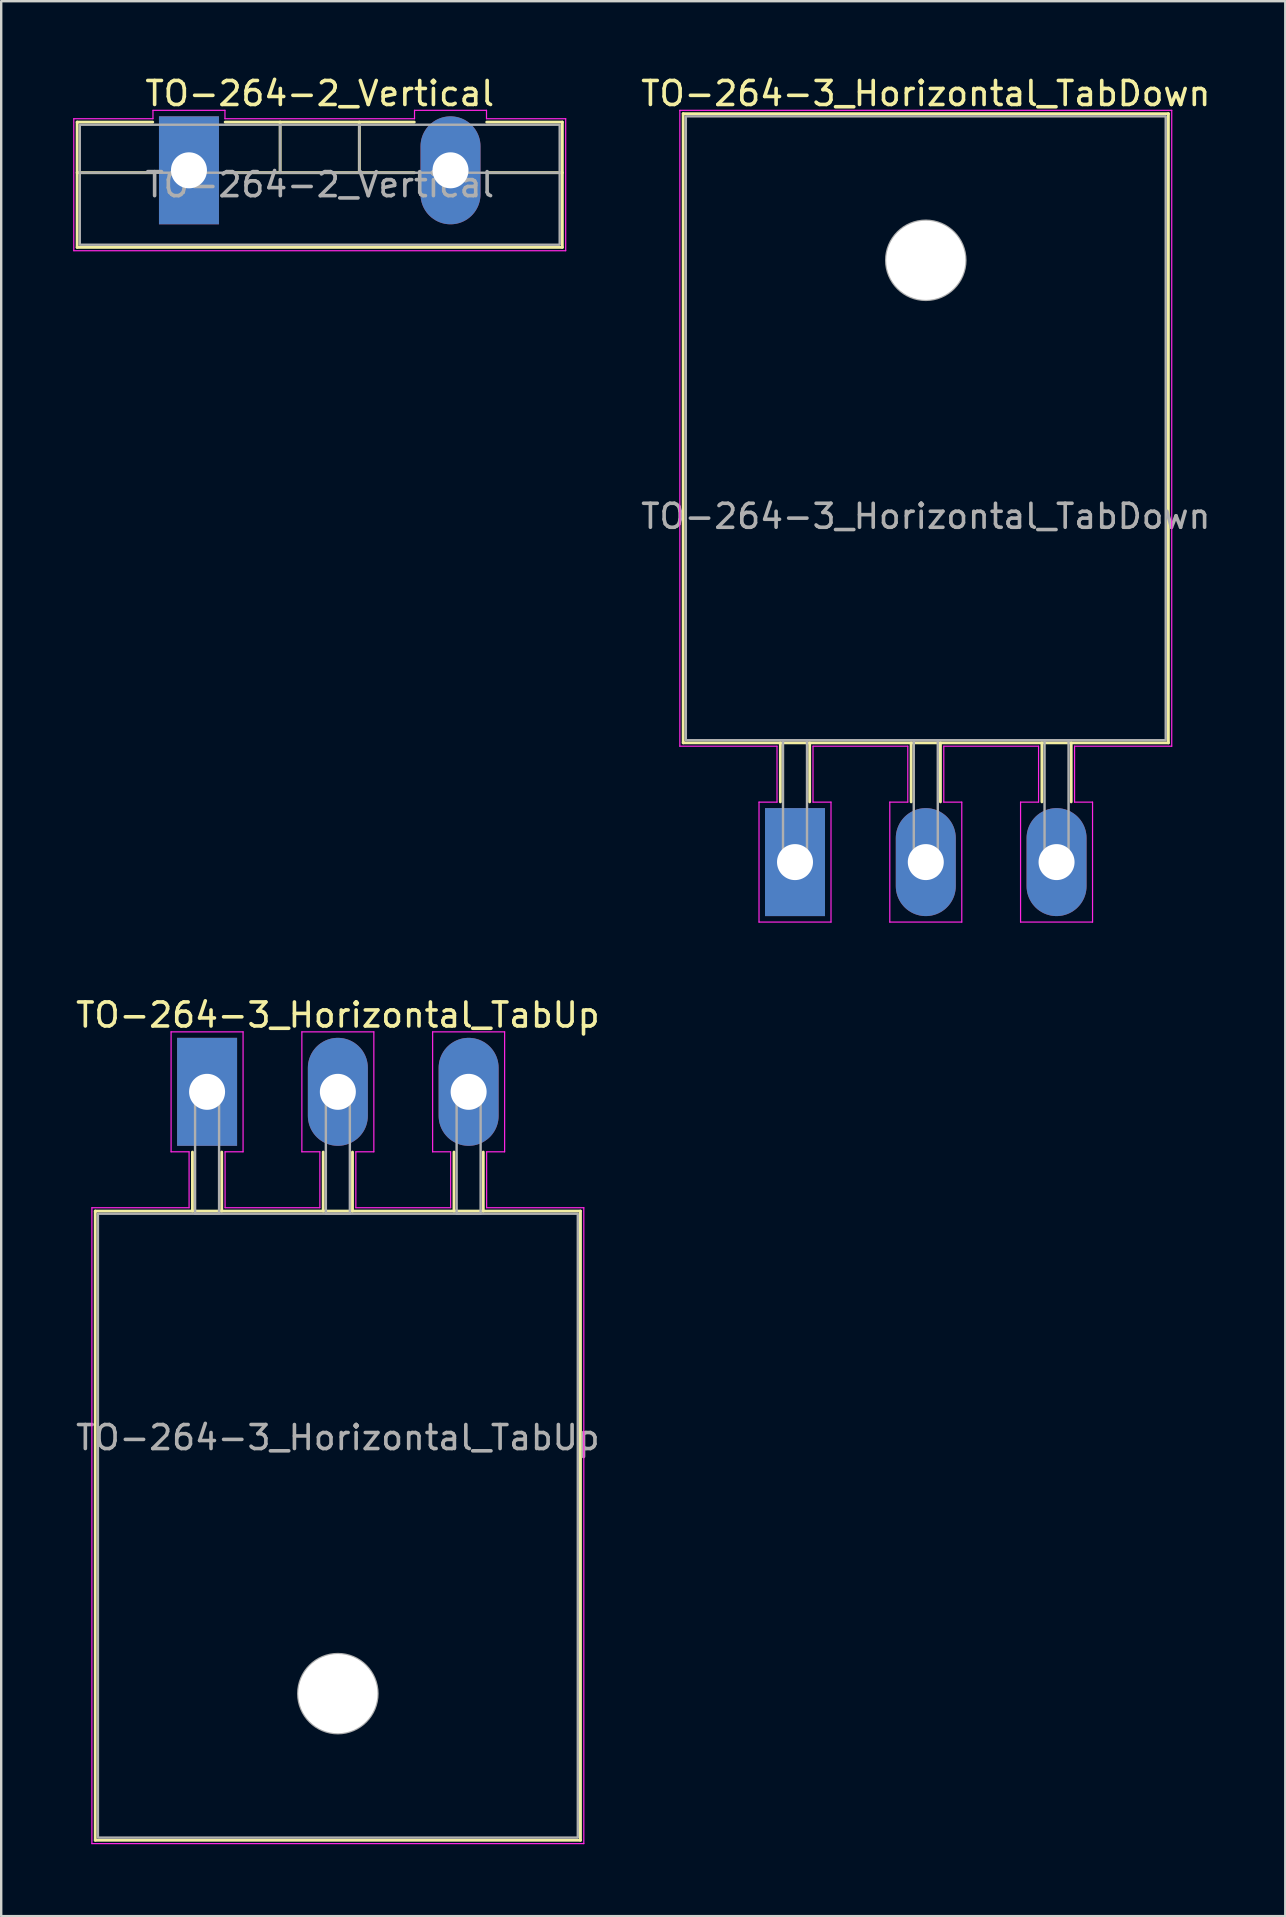
<source format=kicad_pcb>
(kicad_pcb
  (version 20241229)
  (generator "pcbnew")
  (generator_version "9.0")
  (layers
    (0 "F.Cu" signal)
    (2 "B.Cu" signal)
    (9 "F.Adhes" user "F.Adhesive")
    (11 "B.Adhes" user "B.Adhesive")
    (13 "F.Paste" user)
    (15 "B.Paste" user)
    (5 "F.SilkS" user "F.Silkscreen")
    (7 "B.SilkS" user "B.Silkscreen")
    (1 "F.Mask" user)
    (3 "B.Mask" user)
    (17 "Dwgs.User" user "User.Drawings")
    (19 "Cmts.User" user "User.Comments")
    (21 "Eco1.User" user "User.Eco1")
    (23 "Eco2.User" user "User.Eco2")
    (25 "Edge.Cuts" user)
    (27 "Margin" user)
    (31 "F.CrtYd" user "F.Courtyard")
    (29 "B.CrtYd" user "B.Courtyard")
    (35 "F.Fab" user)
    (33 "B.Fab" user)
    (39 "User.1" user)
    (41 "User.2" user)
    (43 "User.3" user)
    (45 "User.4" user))
  (footprint "TO-264-3_Horizontal_TabUp"
    (layer "F.Cu")
    (at 5.58 42.452)
    (property "Reference" "TO-264-3_Horizontal_TabUp" (at 5.45 -3.2 0) (layer "F.SilkS") (effects (font (size 1 1) (thickness 0.15))))
    (attr through_hole)
    (fp_line (start -4.66 4.97) (end -4.66 31.19) (stroke (width 0.12) (type solid)) (layer "F.SilkS"))
    (fp_line (start -4.66 4.97) (end 15.56 4.97) (stroke (width 0.12) (type solid)) (layer "F.SilkS"))
    (fp_line (start -4.66 31.19) (end 15.56 31.19) (stroke (width 0.12) (type solid)) (layer "F.SilkS"))
    (fp_line (start -0.61 4.97) (end -0.61 2.51) (stroke (width 0.12) (type solid)) (layer "F.SilkS"))
    (fp_line (start 0.61 4.97) (end 0.61 2.51) (stroke (width 0.12) (type solid)) (layer "F.SilkS"))
    (fp_line (start 4.84 4.97) (end 4.84 2.51) (stroke (width 0.12) (type solid)) (layer "F.SilkS"))
    (fp_line (start 6.06 4.97) (end 6.06 2.51) (stroke (width 0.12) (type solid)) (layer "F.SilkS"))
    (fp_line (start 10.29 4.97) (end 10.29 2.51) (stroke (width 0.12) (type solid)) (layer "F.SilkS"))
    (fp_line (start 11.51 4.97) (end 11.51 2.51) (stroke (width 0.12) (type solid)) (layer "F.SilkS"))
    (fp_line (start 15.56 4.97) (end 15.56 31.19) (stroke (width 0.12) (type solid)) (layer "F.SilkS"))
    (fp_line (start -4.8 4.83) (end -0.75 4.83) (stroke (width 0.05) (type solid)) (layer "F.CrtYd"))
    (fp_line (start -4.8 31.33) (end -4.8 4.83) (stroke (width 0.05) (type solid)) (layer "F.CrtYd"))
    (fp_line (start -1.5 -2.5) (end 1.5 -2.5) (stroke (width 0.05) (type solid)) (layer "F.CrtYd"))
    (fp_line (start -1.5 2.5) (end -1.5 -2.5) (stroke (width 0.05) (type solid)) (layer "F.CrtYd"))
    (fp_line (start -0.75 2.5) (end -1.5 2.5) (stroke (width 0.05) (type solid)) (layer "F.CrtYd"))
    (fp_line (start -0.75 4.83) (end -0.75 2.5) (stroke (width 0.05) (type solid)) (layer "F.CrtYd"))
    (fp_line (start 0.75 2.5) (end 0.75 4.83) (stroke (width 0.05) (type solid)) (layer "F.CrtYd"))
    (fp_line (start 0.75 4.83) (end 4.7 4.83) (stroke (width 0.05) (type solid)) (layer "F.CrtYd"))
    (fp_line (start 1.5 -2.5) (end 1.5 2.5) (stroke (width 0.05) (type solid)) (layer "F.CrtYd"))
    (fp_line (start 1.5 2.5) (end 0.75 2.5) (stroke (width 0.05) (type solid)) (layer "F.CrtYd"))
    (fp_line (start 3.95 -2.5) (end 6.95 -2.5) (stroke (width 0.05) (type solid)) (layer "F.CrtYd"))
    (fp_line (start 3.95 2.5) (end 3.95 -2.5) (stroke (width 0.05) (type solid)) (layer "F.CrtYd"))
    (fp_line (start 4.7 2.5) (end 3.95 2.5) (stroke (width 0.05) (type solid)) (layer "F.CrtYd"))
    (fp_line (start 4.7 4.83) (end 4.7 2.5) (stroke (width 0.05) (type solid)) (layer "F.CrtYd"))
    (fp_line (start 6.2 2.5) (end 6.2 4.83) (stroke (width 0.05) (type solid)) (layer "F.CrtYd"))
    (fp_line (start 6.2 4.83) (end 10.15 4.83) (stroke (width 0.05) (type solid)) (layer "F.CrtYd"))
    (fp_line (start 6.95 -2.5) (end 6.95 2.5) (stroke (width 0.05) (type solid)) (layer "F.CrtYd"))
    (fp_line (start 6.95 2.5) (end 6.2 2.5) (stroke (width 0.05) (type solid)) (layer "F.CrtYd"))
    (fp_line (start 9.4 -2.5) (end 12.4 -2.5) (stroke (width 0.05) (type solid)) (layer "F.CrtYd"))
    (fp_line (start 9.4 2.5) (end 9.4 -2.5) (stroke (width 0.05) (type solid)) (layer "F.CrtYd"))
    (fp_line (start 10.15 2.5) (end 9.4 2.5) (stroke (width 0.05) (type solid)) (layer "F.CrtYd"))
    (fp_line (start 10.15 4.83) (end 10.15 2.5) (stroke (width 0.05) (type solid)) (layer "F.CrtYd"))
    (fp_line (start 11.65 2.5) (end 11.65 4.83) (stroke (width 0.05) (type solid)) (layer "F.CrtYd"))
    (fp_line (start 11.65 4.83) (end 15.7 4.83) (stroke (width 0.05) (type solid)) (layer "F.CrtYd"))
    (fp_line (start 12.4 -2.5) (end 12.4 2.5) (stroke (width 0.05) (type solid)) (layer "F.CrtYd"))
    (fp_line (start 12.4 2.5) (end 11.65 2.5) (stroke (width 0.05) (type solid)) (layer "F.CrtYd"))
    (fp_line (start 15.7 4.83) (end 15.7 31.33) (stroke (width 0.05) (type solid)) (layer "F.CrtYd"))
    (fp_line (start 15.7 31.33) (end -4.8 31.33) (stroke (width 0.05) (type solid)) (layer "F.CrtYd"))
    (fp_rect (start -4.55 5.08) (end 15.45 31.08) (stroke (width 0.1) (type solid)) (fill no) (layer "F.Fab"))
    (fp_rect (start -0.5 5.08) (end 0.5 0) (stroke (width 0.1) (type solid)) (fill no) (layer "F.Fab"))
    (fp_rect (start 4.95 5.08) (end 5.95 0) (stroke (width 0.1) (type solid)) (fill no) (layer "F.Fab"))
    (fp_rect (start 10.4 5.08) (end 11.4 0) (stroke (width 0.1) (type solid)) (fill no) (layer "F.Fab"))
    (fp_circle (center 5.45 25.08) (end 7.1 25.08) (stroke (width 0.1) (type solid)) (fill no) (layer "F.Fab"))
    (fp_text user "${REFERENCE}" (at 5.45 14.41 0) (layer "F.Fab") (effects (font (size 1 1) (thickness 0.15))))
    (pad "" np_thru_hole circle (at 5.45 25.08) (size 3.3 3.3) (drill 3.3) (layers "*.Cu" "*.Mask"))
    (pad "1" thru_hole rect (at 0 0) (size 2.5 4.5) (drill 1.5) (layers "*.Cu" "*.Mask"))
    (pad "2" thru_hole oval (at 5.45 0) (size 2.5 4.5) (drill 1.5) (layers "*.Cu" "*.Mask"))
    (pad "3" thru_hole oval (at 10.9 0) (size 2.5 4.5) (drill 1.5) (layers "*.Cu" "*.Mask")))
  (footprint "TO-264-3_Horizontal_TabDown"
    (layer "F.Cu")
    (at 30.082 32.878)
    (property "Reference" "TO-264-3_Horizontal_TabDown" (at 5.45 -32.03 0) (layer "F.SilkS") (effects (font (size 1 1) (thickness 0.15))))
    (attr through_hole)
    (fp_line (start -4.66 -31.19) (end 15.56 -31.19) (stroke (width 0.12) (type solid)) (layer "F.SilkS"))
    (fp_line (start -4.66 -4.97) (end -4.66 -31.19) (stroke (width 0.12) (type solid)) (layer "F.SilkS"))
    (fp_line (start -4.66 -4.97) (end 15.56 -4.97) (stroke (width 0.12) (type solid)) (layer "F.SilkS"))
    (fp_line (start -0.61 -4.97) (end -0.61 -2.51) (stroke (width 0.12) (type solid)) (layer "F.SilkS"))
    (fp_line (start 0.61 -4.97) (end 0.61 -2.51) (stroke (width 0.12) (type solid)) (layer "F.SilkS"))
    (fp_line (start 4.84 -4.97) (end 4.84 -2.51) (stroke (width 0.12) (type solid)) (layer "F.SilkS"))
    (fp_line (start 6.06 -4.97) (end 6.06 -2.51) (stroke (width 0.12) (type solid)) (layer "F.SilkS"))
    (fp_line (start 10.29 -4.97) (end 10.29 -2.51) (stroke (width 0.12) (type solid)) (layer "F.SilkS"))
    (fp_line (start 11.51 -4.97) (end 11.51 -2.51) (stroke (width 0.12) (type solid)) (layer "F.SilkS"))
    (fp_line (start 15.56 -4.97) (end 15.56 -31.19) (stroke (width 0.12) (type solid)) (layer "F.SilkS"))
    (fp_line (start -4.8 -31.33) (end 15.7 -31.33) (stroke (width 0.05) (type solid)) (layer "F.CrtYd"))
    (fp_line (start -4.8 -4.83) (end -4.8 -31.33) (stroke (width 0.05) (type solid)) (layer "F.CrtYd"))
    (fp_line (start -1.5 -2.5) (end -0.75 -2.5) (stroke (width 0.05) (type solid)) (layer "F.CrtYd"))
    (fp_line (start -1.5 2.5) (end -1.5 -2.5) (stroke (width 0.05) (type solid)) (layer "F.CrtYd"))
    (fp_line (start -0.75 -4.83) (end -4.8 -4.83) (stroke (width 0.05) (type solid)) (layer "F.CrtYd"))
    (fp_line (start -0.75 -2.5) (end -0.75 -4.83) (stroke (width 0.05) (type solid)) (layer "F.CrtYd"))
    (fp_line (start 0.75 -4.83) (end 0.75 -2.5) (stroke (width 0.05) (type solid)) (layer "F.CrtYd"))
    (fp_line (start 0.75 -2.5) (end 1.5 -2.5) (stroke (width 0.05) (type solid)) (layer "F.CrtYd"))
    (fp_line (start 1.5 -2.5) (end 1.5 2.5) (stroke (width 0.05) (type solid)) (layer "F.CrtYd"))
    (fp_line (start 1.5 2.5) (end -1.5 2.5) (stroke (width 0.05) (type solid)) (layer "F.CrtYd"))
    (fp_line (start 3.95 -2.5) (end 4.7 -2.5) (stroke (width 0.05) (type solid)) (layer "F.CrtYd"))
    (fp_line (start 3.95 2.5) (end 3.95 -2.5) (stroke (width 0.05) (type solid)) (layer "F.CrtYd"))
    (fp_line (start 4.7 -4.83) (end 0.75 -4.83) (stroke (width 0.05) (type solid)) (layer "F.CrtYd"))
    (fp_line (start 4.7 -2.5) (end 4.7 -4.83) (stroke (width 0.05) (type solid)) (layer "F.CrtYd"))
    (fp_line (start 6.2 -4.83) (end 6.2 -2.5) (stroke (width 0.05) (type solid)) (layer "F.CrtYd"))
    (fp_line (start 6.2 -2.5) (end 6.95 -2.5) (stroke (width 0.05) (type solid)) (layer "F.CrtYd"))
    (fp_line (start 6.95 -2.5) (end 6.95 2.5) (stroke (width 0.05) (type solid)) (layer "F.CrtYd"))
    (fp_line (start 6.95 2.5) (end 3.95 2.5) (stroke (width 0.05) (type solid)) (layer "F.CrtYd"))
    (fp_line (start 9.4 -2.5) (end 10.15 -2.5) (stroke (width 0.05) (type solid)) (layer "F.CrtYd"))
    (fp_line (start 9.4 2.5) (end 9.4 -2.5) (stroke (width 0.05) (type solid)) (layer "F.CrtYd"))
    (fp_line (start 10.15 -4.83) (end 6.2 -4.83) (stroke (width 0.05) (type solid)) (layer "F.CrtYd"))
    (fp_line (start 10.15 -2.5) (end 10.15 -4.83) (stroke (width 0.05) (type solid)) (layer "F.CrtYd"))
    (fp_line (start 11.65 -4.83) (end 11.65 -2.5) (stroke (width 0.05) (type solid)) (layer "F.CrtYd"))
    (fp_line (start 11.65 -2.5) (end 12.4 -2.5) (stroke (width 0.05) (type solid)) (layer "F.CrtYd"))
    (fp_line (start 12.4 -2.5) (end 12.4 2.5) (stroke (width 0.05) (type solid)) (layer "F.CrtYd"))
    (fp_line (start 12.4 2.5) (end 9.4 2.5) (stroke (width 0.05) (type solid)) (layer "F.CrtYd"))
    (fp_line (start 15.7 -31.33) (end 15.7 -4.83) (stroke (width 0.05) (type solid)) (layer "F.CrtYd"))
    (fp_line (start 15.7 -4.83) (end 11.65 -4.83) (stroke (width 0.05) (type solid)) (layer "F.CrtYd"))
    (fp_rect (start -4.55 -5.08) (end 15.45 -31.08) (stroke (width 0.1) (type solid)) (fill no) (layer "F.Fab"))
    (fp_rect (start -0.5 -5.08) (end 0.5 0) (stroke (width 0.1) (type solid)) (fill no) (layer "F.Fab"))
    (fp_rect (start 4.95 -5.08) (end 5.95 0) (stroke (width 0.1) (type solid)) (fill no) (layer "F.Fab"))
    (fp_rect (start 10.4 -5.08) (end 11.4 0) (stroke (width 0.1) (type solid)) (fill no) (layer "F.Fab"))
    (fp_circle (center 5.45 -25.08) (end 7.1 -25.08) (stroke (width 0.1) (type solid)) (fill no) (layer "F.Fab"))
    (fp_text user "${REFERENCE}" (at 5.45 -14.41 0) (layer "F.Fab") (effects (font (size 1 1) (thickness 0.15))))
    (pad "" np_thru_hole circle (at 5.45 -25.08) (size 3.3 3.3) (drill 3.3) (layers "*.Cu" "*.Mask"))
    (pad "1" thru_hole rect (at 0 0) (size 2.5 4.5) (drill 1.5) (layers "*.Cu" "*.Mask"))
    (pad "2" thru_hole oval (at 5.45 0) (size 2.5 4.5) (drill 1.5) (layers "*.Cu" "*.Mask"))
    (pad "3" thru_hole oval (at 10.9 0) (size 2.5 4.5) (drill 1.5) (layers "*.Cu" "*.Mask")))
  (footprint "TO-264-2_Vertical"
    (layer "F.Cu")
    (at 4.825 4.048)
    (property "Reference" "TO-264-2_Vertical" (at 5.45 -3.2 0) (layer "F.SilkS") (effects (font (size 1 1) (thickness 0.15))))
    (attr through_hole)
    (fp_line (start -4.66 -2.01) (end -4.66 3.21) (stroke (width 0.12) (type solid)) (layer "F.SilkS"))
    (fp_line (start -4.66 -2.01) (end -1.51 -2.01) (stroke (width 0.12) (type solid)) (layer "F.SilkS"))
    (fp_line (start -4.66 0.1) (end -1.51 0.1) (stroke (width 0.12) (type solid)) (layer "F.SilkS"))
    (fp_line (start -4.66 3.21) (end 15.56 3.21) (stroke (width 0.12) (type solid)) (layer "F.SilkS"))
    (fp_line (start 1.51 -2.01) (end 9.39 -2.01) (stroke (width 0.12) (type solid)) (layer "F.SilkS"))
    (fp_line (start 1.51 0.1) (end 9.39 0.1) (stroke (width 0.12) (type solid)) (layer "F.SilkS"))
    (fp_line (start 3.8 -2.01) (end 3.8 0.1) (stroke (width 0.12) (type solid)) (layer "F.SilkS"))
    (fp_line (start 7.1 -2.01) (end 7.1 0.1) (stroke (width 0.12) (type solid)) (layer "F.SilkS"))
    (fp_line (start 12.41 -2.01) (end 15.56 -2.01) (stroke (width 0.12) (type solid)) (layer "F.SilkS"))
    (fp_line (start 12.41 0.1) (end 15.56 0.1) (stroke (width 0.12) (type solid)) (layer "F.SilkS"))
    (fp_line (start 15.56 -2.01) (end 15.56 3.21) (stroke (width 0.12) (type solid)) (layer "F.SilkS"))
    (fp_line (start -4.8 -2.15) (end -1.5 -2.15) (stroke (width 0.05) (type solid)) (layer "F.CrtYd"))
    (fp_line (start -4.8 3.35) (end -4.8 -2.15) (stroke (width 0.05) (type solid)) (layer "F.CrtYd"))
    (fp_line (start -1.5 -2.5) (end 1.5 -2.5) (stroke (width 0.05) (type solid)) (layer "F.CrtYd"))
    (fp_line (start -1.5 -2.15) (end -1.5 -2.5) (stroke (width 0.05) (type solid)) (layer "F.CrtYd"))
    (fp_line (start 1.5 -2.5) (end 1.5 -2.15) (stroke (width 0.05) (type solid)) (layer "F.CrtYd"))
    (fp_line (start 1.5 -2.15) (end 9.4 -2.15) (stroke (width 0.05) (type solid)) (layer "F.CrtYd"))
    (fp_line (start 9.4 -2.5) (end 12.4 -2.5) (stroke (width 0.05) (type solid)) (layer "F.CrtYd"))
    (fp_line (start 9.4 -2.15) (end 9.4 -2.5) (stroke (width 0.05) (type solid)) (layer "F.CrtYd"))
    (fp_line (start 12.4 -2.5) (end 12.4 -2.15) (stroke (width 0.05) (type solid)) (layer "F.CrtYd"))
    (fp_line (start 12.4 -2.15) (end 15.7 -2.15) (stroke (width 0.05) (type solid)) (layer "F.CrtYd"))
    (fp_line (start 15.7 -2.15) (end 15.7 3.35) (stroke (width 0.05) (type solid)) (layer "F.CrtYd"))
    (fp_line (start 15.7 3.35) (end -4.8 3.35) (stroke (width 0.05) (type solid)) (layer "F.CrtYd"))
    (fp_line (start -4.55 0.1) (end 15.45 0.1) (stroke (width 0.1) (type solid)) (layer "F.Fab"))
    (fp_line (start 3.8 -1.9) (end 3.8 0.1) (stroke (width 0.1) (type solid)) (layer "F.Fab"))
    (fp_line (start 7.1 -1.9) (end 7.1 0.1) (stroke (width 0.1) (type solid)) (layer "F.Fab"))
    (fp_rect (start -4.55 -1.9) (end 15.45 3.1) (stroke (width 0.1) (type solid)) (fill no) (layer "F.Fab"))
    (fp_text user "${REFERENCE}" (at 5.45 0.6 0) (layer "F.Fab") (effects (font (size 1 1) (thickness 0.15))))
    (pad "1" thru_hole rect (at 0 0) (size 2.5 4.5) (drill 1.5) (layers "*.Cu" "*.Mask"))
    (pad "2" thru_hole oval (at 10.9 0) (size 2.5 4.5) (drill 1.5) (layers "*.Cu" "*.Mask")))
  (gr_rect
    (start -3 -3)
    (end 50.514 76.806)
    (stroke (width 0.1) (type default))
    (fill no)
    (layer "Edge.Cuts")))
</source>
